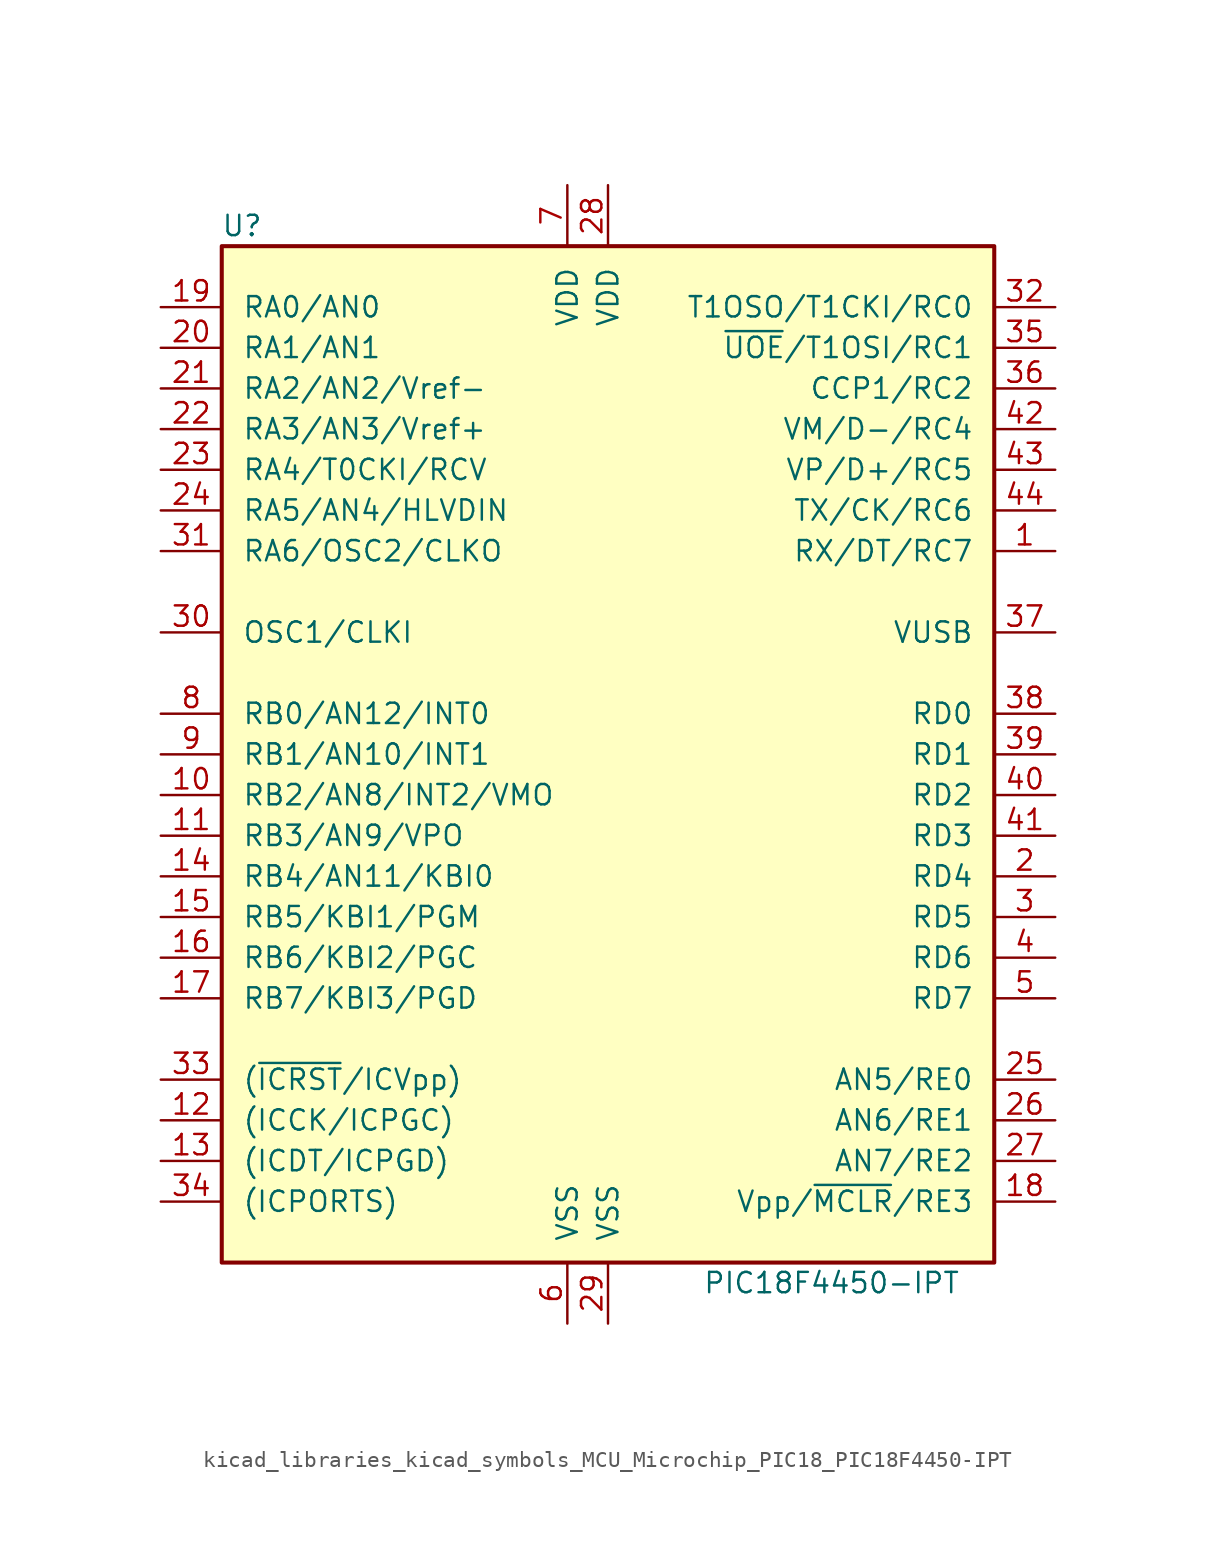
<source format=kicad_sym>
(kicad_symbol_lib
  (version 20220914)
  (generator kicad_symbol_editor)
  (symbol "kicad_libraries_kicad_symbols_MCU_Microchip_PIC18_PIC18F4450-IPT"
    (pin_names
      (offset 1.27))
    (property "Reference" "U"
      (at -22.86 33.02 0)
      (effects (font (size 1.27 1.27))))
    (property "Value" "PIC18F4450-IPT"
      (at 13.97 -33.02 0)
      (effects (font (size 1.27 1.27))))
    (symbol "kicad_libraries_kicad_symbols_MCU_Microchip_PIC18_PIC18F4450-IPT_0_1"
      (rectangle (start -24.13 31.75) (end 24.13 -31.75) (stroke (width 0.254) (type default)) (fill (type background))))
    (symbol "kicad_libraries_kicad_symbols_MCU_Microchip_PIC18_PIC18F4450-IPT_1_1"
      (pin bidirectional line (at 27.94 12.7 180) (length 3.81) (name "RX/DT/RC7" (effects (font (size 1.27 1.27)))) (number "1" (effects (font (size 1.27 1.27)))))
      (pin bidirectional line (at -27.94 -2.54 0) (length 3.81) (name "RB2/AN8/INT2/VMO" (effects (font (size 1.27 1.27)))) (number "10" (effects (font (size 1.27 1.27)))))
      (pin bidirectional line (at -27.94 -5.08 0) (length 3.81) (name "RB3/AN9/VPO" (effects (font (size 1.27 1.27)))) (number "11" (effects (font (size 1.27 1.27)))))
      (pin bidirectional line (at -27.94 -22.86 0) (length 3.81) (name "(ICCK/ICPGC)" (effects (font (size 1.27 1.27)))) (number "12" (effects (font (size 1.27 1.27)))))
      (pin bidirectional line (at -27.94 -25.4 0) (length 3.81) (name "(ICDT/ICPGD)" (effects (font (size 1.27 1.27)))) (number "13" (effects (font (size 1.27 1.27)))))
      (pin bidirectional line (at -27.94 -7.62 0) (length 3.81) (name "RB4/AN11/KBI0" (effects (font (size 1.27 1.27)))) (number "14" (effects (font (size 1.27 1.27)))))
      (pin bidirectional line (at -27.94 -10.16 0) (length 3.81) (name "RB5/KBI1/PGM" (effects (font (size 1.27 1.27)))) (number "15" (effects (font (size 1.27 1.27)))))
      (pin bidirectional line (at -27.94 -12.7 0) (length 3.81) (name "RB6/KBI2/PGC" (effects (font (size 1.27 1.27)))) (number "16" (effects (font (size 1.27 1.27)))))
      (pin bidirectional line (at -27.94 -15.24 0) (length 3.81) (name "RB7/KBI3/PGD" (effects (font (size 1.27 1.27)))) (number "17" (effects (font (size 1.27 1.27)))))
      (pin input line (at 27.94 -27.94 180) (length 3.81) (name "Vpp/~{MCLR}/RE3" (effects (font (size 1.27 1.27)))) (number "18" (effects (font (size 1.27 1.27)))))
      (pin bidirectional line (at -27.94 27.94 0) (length 3.81) (name "RA0/AN0" (effects (font (size 1.27 1.27)))) (number "19" (effects (font (size 1.27 1.27)))))
      (pin bidirectional line (at 27.94 -7.62 180) (length 3.81) (name "RD4" (effects (font (size 1.27 1.27)))) (number "2" (effects (font (size 1.27 1.27)))))
      (pin bidirectional line (at -27.94 25.4 0) (length 3.81) (name "RA1/AN1" (effects (font (size 1.27 1.27)))) (number "20" (effects (font (size 1.27 1.27)))))
      (pin bidirectional line (at -27.94 22.86 0) (length 3.81) (name "RA2/AN2/Vref-" (effects (font (size 1.27 1.27)))) (number "21" (effects (font (size 1.27 1.27)))))
      (pin bidirectional line (at -27.94 20.32 0) (length 3.81) (name "RA3/AN3/Vref+" (effects (font (size 1.27 1.27)))) (number "22" (effects (font (size 1.27 1.27)))))
      (pin bidirectional line (at -27.94 17.78 0) (length 3.81) (name "RA4/T0CKI/RCV" (effects (font (size 1.27 1.27)))) (number "23" (effects (font (size 1.27 1.27)))))
      (pin bidirectional line (at -27.94 15.24 0) (length 3.81) (name "RA5/AN4/HLVDIN" (effects (font (size 1.27 1.27)))) (number "24" (effects (font (size 1.27 1.27)))))
      (pin bidirectional line (at 27.94 -20.32 180) (length 3.81) (name "AN5/RE0" (effects (font (size 1.27 1.27)))) (number "25" (effects (font (size 1.27 1.27)))))
      (pin bidirectional line (at 27.94 -22.86 180) (length 3.81) (name "AN6/RE1" (effects (font (size 1.27 1.27)))) (number "26" (effects (font (size 1.27 1.27)))))
      (pin bidirectional line (at 27.94 -25.4 180) (length 3.81) (name "AN7/RE2" (effects (font (size 1.27 1.27)))) (number "27" (effects (font (size 1.27 1.27)))))
      (pin power_in line (at 0 35.56 270) (length 3.81) (name "VDD" (effects (font (size 1.27 1.27)))) (number "28" (effects (font (size 1.27 1.27)))))
      (pin power_in line (at 0 -35.56 90) (length 3.81) (name "VSS" (effects (font (size 1.27 1.27)))) (number "29" (effects (font (size 1.27 1.27)))))
      (pin bidirectional line (at 27.94 -10.16 180) (length 3.81) (name "RD5" (effects (font (size 1.27 1.27)))) (number "3" (effects (font (size 1.27 1.27)))))
      (pin input line (at -27.94 7.62 0) (length 3.81) (name "OSC1/CLKI" (effects (font (size 1.27 1.27)))) (number "30" (effects (font (size 1.27 1.27)))))
      (pin output line (at -27.94 12.7 0) (length 3.81) (name "RA6/OSC2/CLKO" (effects (font (size 1.27 1.27)))) (number "31" (effects (font (size 1.27 1.27)))))
      (pin bidirectional line (at 27.94 27.94 180) (length 3.81) (name "T1OSO/T1CKI/RC0" (effects (font (size 1.27 1.27)))) (number "32" (effects (font (size 1.27 1.27)))))
      (pin input line (at -27.94 -20.32 0) (length 3.81) (name "(~{ICRST}/ICVpp)" (effects (font (size 1.27 1.27)))) (number "33" (effects (font (size 1.27 1.27)))))
      (pin bidirectional line (at -27.94 -27.94 0) (length 3.81) (name "(ICPORTS)" (effects (font (size 1.27 1.27)))) (number "34" (effects (font (size 1.27 1.27)))))
      (pin bidirectional line (at 27.94 25.4 180) (length 3.81) (name "~{UOE}/T1OSI/RC1" (effects (font (size 1.27 1.27)))) (number "35" (effects (font (size 1.27 1.27)))))
      (pin bidirectional line (at 27.94 22.86 180) (length 3.81) (name "CCP1/RC2" (effects (font (size 1.27 1.27)))) (number "36" (effects (font (size 1.27 1.27)))))
      (pin bidirectional line (at 27.94 7.62 180) (length 3.81) (name "VUSB" (effects (font (size 1.27 1.27)))) (number "37" (effects (font (size 1.27 1.27)))))
      (pin bidirectional line (at 27.94 2.54 180) (length 3.81) (name "RD0" (effects (font (size 1.27 1.27)))) (number "38" (effects (font (size 1.27 1.27)))))
      (pin bidirectional line (at 27.94 0 180) (length 3.81) (name "RD1" (effects (font (size 1.27 1.27)))) (number "39" (effects (font (size 1.27 1.27)))))
      (pin bidirectional line (at 27.94 -12.7 180) (length 3.81) (name "RD6" (effects (font (size 1.27 1.27)))) (number "4" (effects (font (size 1.27 1.27)))))
      (pin bidirectional line (at 27.94 -2.54 180) (length 3.81) (name "RD2" (effects (font (size 1.27 1.27)))) (number "40" (effects (font (size 1.27 1.27)))))
      (pin bidirectional line (at 27.94 -5.08 180) (length 3.81) (name "RD3" (effects (font (size 1.27 1.27)))) (number "41" (effects (font (size 1.27 1.27)))))
      (pin bidirectional line (at 27.94 20.32 180) (length 3.81) (name "VM/D-/RC4" (effects (font (size 1.27 1.27)))) (number "42" (effects (font (size 1.27 1.27)))))
      (pin bidirectional line (at 27.94 17.78 180) (length 3.81) (name "VP/D+/RC5" (effects (font (size 1.27 1.27)))) (number "43" (effects (font (size 1.27 1.27)))))
      (pin bidirectional line (at 27.94 15.24 180) (length 3.81) (name "TX/CK/RC6" (effects (font (size 1.27 1.27)))) (number "44" (effects (font (size 1.27 1.27)))))
      (pin bidirectional line (at 27.94 -15.24 180) (length 3.81) (name "RD7" (effects (font (size 1.27 1.27)))) (number "5" (effects (font (size 1.27 1.27)))))
      (pin power_in line (at -2.54 -35.56 90) (length 3.81) (name "VSS" (effects (font (size 1.27 1.27)))) (number "6" (effects (font (size 1.27 1.27)))))
      (pin power_in line (at -2.54 35.56 270) (length 3.81) (name "VDD" (effects (font (size 1.27 1.27)))) (number "7" (effects (font (size 1.27 1.27)))))
      (pin bidirectional line (at -27.94 2.54 0) (length 3.81) (name "RB0/AN12/INT0" (effects (font (size 1.27 1.27)))) (number "8" (effects (font (size 1.27 1.27)))))
      (pin bidirectional line (at -27.94 0 0) (length 3.81) (name "RB1/AN10/INT1" (effects (font (size 1.27 1.27)))) (number "9" (effects (font (size 1.27 1.27))))))))
</source>
